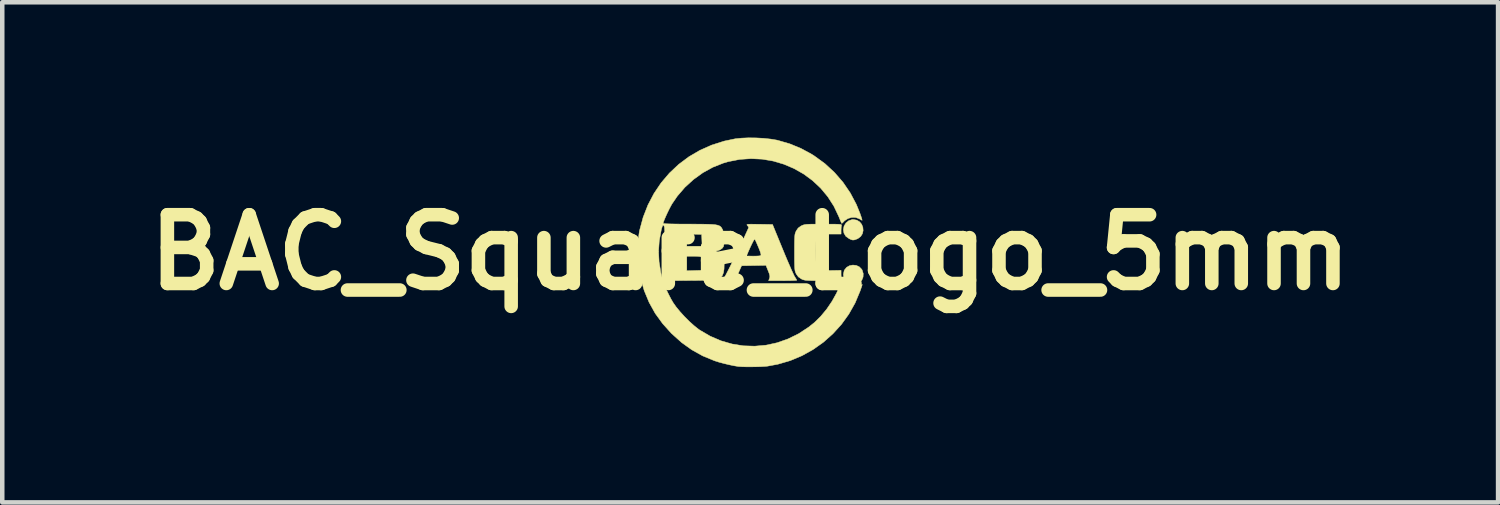
<source format=kicad_pcb>
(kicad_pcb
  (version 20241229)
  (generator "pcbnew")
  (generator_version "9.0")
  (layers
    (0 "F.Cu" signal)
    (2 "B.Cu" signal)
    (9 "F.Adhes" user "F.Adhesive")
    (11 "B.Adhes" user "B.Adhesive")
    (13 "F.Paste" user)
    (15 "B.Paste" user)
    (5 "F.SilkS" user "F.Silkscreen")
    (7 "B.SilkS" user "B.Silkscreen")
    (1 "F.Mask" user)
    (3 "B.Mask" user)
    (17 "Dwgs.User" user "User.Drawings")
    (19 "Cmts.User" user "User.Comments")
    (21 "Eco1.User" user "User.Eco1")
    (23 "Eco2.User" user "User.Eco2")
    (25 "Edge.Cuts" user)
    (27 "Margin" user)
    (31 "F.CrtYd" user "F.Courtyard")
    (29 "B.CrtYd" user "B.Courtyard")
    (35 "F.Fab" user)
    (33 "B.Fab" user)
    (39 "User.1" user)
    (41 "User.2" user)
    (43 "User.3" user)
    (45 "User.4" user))
  (footprint "BAC_Square_Logo_5mm"
    (layer "F.Cu")
    (at 13.578 2.544)
    (property "Reference" "BAC_Square_Logo_5mm" (at 0 0 0) (layer "F.SilkS") (effects (font (size 1.524 1.524) (thickness 0.3))))
    (attr through_hole)
    (fp_poly (pts (xy 2.352 0.289) (xy 2.42 0.321) (xy 2.472 0.375) (xy 2.482 0.391) (xy 2.506 0.469) (xy 2.503 0.545) (xy 2.476 0.613) (xy 2.43 0.669) (xy 2.37 0.708) (xy 2.301 0.727) (xy 2.226 0.719) (xy 2.173 0.695) (xy 2.113 0.64) (xy 2.076 0.568) (xy 2.066 0.487) (xy 2.083 0.407) (xy 2.09 0.391) (xy 2.138 0.332) (xy 2.203 0.295) (xy 2.277 0.281) (xy 2.352 0.289)) (stroke (width 0.01) (type solid)) (fill yes) (layer "F.SilkS"))
    (fp_poly (pts (xy 2.365 -0.714) (xy 2.427 -0.676) (xy 2.472 -0.621) (xy 2.498 -0.554) (xy 2.504 -0.483) (xy 2.488 -0.414) (xy 2.45 -0.353) (xy 2.388 -0.306) (xy 2.37 -0.298) (xy 2.316 -0.278) (xy 2.277 -0.273) (xy 2.238 -0.283) (xy 2.192 -0.305) (xy 2.121 -0.356) (xy 2.079 -0.425) (xy 2.066 -0.502) (xy 2.081 -0.583) (xy 2.123 -0.652) (xy 2.185 -0.702) (xy 2.26 -0.727) (xy 2.286 -0.728) (xy 2.365 -0.714)) (stroke (width 0.01) (type solid)) (fill yes) (layer "F.SilkS"))
    (fp_poly (pts (xy 0.097 -0.624) (xy 0.202 -0.623) (xy 0.203 -0.623) (xy 0.496 -0.618) (xy 0.72 -0.072) (xy 0.774 0.059) (xy 0.826 0.183) (xy 0.875 0.295) (xy 0.917 0.392) (xy 0.952 0.468) (xy 0.977 0.521) (xy 0.989 0.542) (xy 1.015 0.583) (xy 1.031 0.611) (xy 1.033 0.618) (xy 1.017 0.62) (xy 0.972 0.623) (xy 0.904 0.625) (xy 0.818 0.626) (xy 0.721 0.627) (xy 0.409 0.627) (xy 0.428 0.577) (xy 0.436 0.546) (xy 0.434 0.512) (xy 0.421 0.466) (xy 0.398 0.407) (xy 0.35 0.287) (xy -0.19 0.296) (xy -0.242 0.412) (xy -0.269 0.476) (xy -0.282 0.519) (xy -0.283 0.551) (xy -0.275 0.577) (xy -0.257 0.627) (xy -0.433 0.627) (xy -0.506 0.626) (xy -0.564 0.623) (xy -0.601 0.62) (xy -0.61 0.617) (xy -0.601 0.599) (xy -0.578 0.562) (xy -0.56 0.534) (xy -0.543 0.506) (xy -0.516 0.454) (xy -0.478 0.38) (xy -0.433 0.291) (xy -0.383 0.189) (xy -0.33 0.08) (xy -0.083 0.08) (xy 0.064 0.083) (xy 0.133 0.082) (xy 0.191 0.079) (xy 0.227 0.074) (xy 0.233 0.071) (xy 0.24 0.057) (xy 0.235 0.026) (xy 0.219 -0.025) (xy 0.189 -0.102) (xy 0.185 -0.111) (xy 0.155 -0.181) (xy 0.129 -0.24) (xy 0.11 -0.279) (xy 0.103 -0.293) (xy 0.09 -0.284) (xy 0.067 -0.246) (xy 0.034 -0.181) (xy -0.008 -0.092) (xy -0.057 0.02) (xy -0.061 0.027) (xy -0.083 0.08) (xy -0.33 0.08) (xy -0.33 0.08) (xy -0.275 -0.033) (xy -0.222 -0.144) (xy -0.171 -0.251) (xy -0.125 -0.348) (xy -0.087 -0.431) (xy -0.057 -0.496) (xy -0.039 -0.538) (xy -0.034 -0.553) (xy -0.044 -0.573) (xy -0.062 -0.596) (xy -0.071 -0.607) (xy -0.072 -0.615) (xy -0.059 -0.621) (xy -0.03 -0.624) (xy 0.021 -0.625) (xy 0.097 -0.624)) (stroke (width 0.01) (type solid)) (fill yes) (layer "F.SilkS"))
    (fp_poly (pts (xy 1.752 -0.626) (xy 1.851 -0.626) (xy 1.924 -0.624) (xy 1.974 -0.622) (xy 2.005 -0.618) (xy 2.022 -0.612) (xy 2.026 -0.605) (xy 2.025 -0.6) (xy 2.019 -0.568) (xy 2.016 -0.517) (xy 2.015 -0.49) (xy 2.015 -0.406) (xy 1.756 -0.406) (xy 1.64 -0.405) (xy 1.556 -0.402) (xy 1.503 -0.395) (xy 1.477 -0.387) (xy 1.477 -0.386) (xy 1.469 -0.362) (xy 1.463 -0.31) (xy 1.458 -0.236) (xy 1.456 -0.148) (xy 1.454 -0.05) (xy 1.455 0.051) (xy 1.457 0.149) (xy 1.46 0.237) (xy 1.465 0.311) (xy 1.472 0.363) (xy 1.48 0.388) (xy 1.48 0.388) (xy 1.505 0.397) (xy 1.558 0.402) (xy 1.64 0.404) (xy 1.754 0.403) (xy 1.76 0.403) (xy 2.015 0.398) (xy 2.015 0.485) (xy 2.017 0.541) (xy 2.022 0.585) (xy 2.025 0.6) (xy 2.026 0.608) (xy 2.017 0.615) (xy 1.995 0.619) (xy 1.957 0.623) (xy 1.899 0.625) (xy 1.816 0.626) (xy 1.706 0.626) (xy 1.623 0.627) (xy 1.493 0.626) (xy 1.393 0.626) (xy 1.317 0.624) (xy 1.26 0.621) (xy 1.219 0.617) (xy 1.188 0.61) (xy 1.162 0.602) (xy 1.137 0.59) (xy 1.134 0.588) (xy 1.069 0.544) (xy 1.024 0.482) (xy 1.02 0.475) (xy 1.008 0.449) (xy 0.999 0.423) (xy 0.992 0.393) (xy 0.988 0.352) (xy 0.985 0.297) (xy 0.983 0.222) (xy 0.982 0.123) (xy 0.982 0) (xy 0.982 -0.127) (xy 0.983 -0.225) (xy 0.985 -0.299) (xy 0.988 -0.354) (xy 0.992 -0.394) (xy 0.999 -0.424) (xy 1.009 -0.45) (xy 1.02 -0.475) (xy 1.064 -0.539) (xy 1.127 -0.585) (xy 1.134 -0.588) (xy 1.159 -0.6) (xy 1.184 -0.609) (xy 1.214 -0.616) (xy 1.254 -0.621) (xy 1.308 -0.624) (xy 1.382 -0.626) (xy 1.479 -0.626) (xy 1.604 -0.627) (xy 1.623 -0.627) (xy 1.752 -0.626)) (stroke (width 0.01) (type solid)) (fill yes) (layer "F.SilkS"))
    (fp_poly (pts (xy 0.131 -2.537) (xy 0.299 -2.528) (xy 0.457 -2.511) (xy 0.594 -2.488) (xy 0.61 -2.484) (xy 0.876 -2.407) (xy 1.124 -2.305) (xy 1.364 -2.175) (xy 1.422 -2.138) (xy 1.657 -1.967) (xy 1.869 -1.771) (xy 2.057 -1.554) (xy 2.219 -1.317) (xy 2.353 -1.064) (xy 2.436 -0.859) (xy 2.458 -0.795) (xy 2.474 -0.745) (xy 2.481 -0.716) (xy 2.481 -0.711) (xy 2.463 -0.719) (xy 2.428 -0.739) (xy 2.418 -0.745) (xy 2.339 -0.774) (xy 2.253 -0.776) (xy 2.168 -0.751) (xy 2.093 -0.702) (xy 2.065 -0.672) (xy 2.041 -0.648) (xy 2.028 -0.643) (xy 2.019 -0.662) (xy 2.001 -0.704) (xy 1.977 -0.763) (xy 1.965 -0.793) (xy 1.856 -1.023) (xy 1.721 -1.233) (xy 1.563 -1.423) (xy 1.383 -1.592) (xy 1.186 -1.737) (xy 0.973 -1.858) (xy 0.748 -1.954) (xy 0.512 -2.024) (xy 0.268 -2.066) (xy 0.019 -2.078) (xy -0.232 -2.061) (xy -0.482 -2.012) (xy -0.593 -1.98) (xy -0.826 -1.888) (xy -1.048 -1.766) (xy -1.256 -1.616) (xy -1.446 -1.443) (xy -1.614 -1.248) (xy -1.733 -1.074) (xy -1.762 -1.022) (xy -1.797 -0.955) (xy -1.833 -0.881) (xy -1.868 -0.805) (xy -1.898 -0.736) (xy -1.919 -0.681) (xy -1.93 -0.647) (xy -1.93 -0.643) (xy -1.914 -0.638) (xy -1.865 -0.634) (xy -1.784 -0.631) (xy -1.674 -0.629) (xy -1.536 -0.627) (xy -1.371 -0.627) (xy -1.355 -0.627) (xy -1.185 -0.626) (xy -1.045 -0.625) (xy -0.932 -0.623) (xy -0.843 -0.619) (xy -0.775 -0.613) (xy -0.723 -0.603) (xy -0.686 -0.59) (xy -0.659 -0.573) (xy -0.638 -0.551) (xy -0.622 -0.523) (xy -0.61 -0.501) (xy -0.591 -0.44) (xy -0.579 -0.359) (xy -0.574 -0.272) (xy -0.579 -0.19) (xy -0.592 -0.129) (xy -0.623 -0.087) (xy -0.675 -0.053) (xy -0.734 -0.034) (xy -0.748 -0.033) (xy -0.76 -0.028) (xy -0.74 -0.015) (xy -0.705 -0.002) (xy -0.651 0.019) (xy -0.615 0.044) (xy -0.593 0.078) (xy -0.581 0.129) (xy -0.576 0.203) (xy -0.576 0.261) (xy -0.579 0.369) (xy -0.592 0.449) (xy -0.615 0.51) (xy -0.651 0.557) (xy -0.683 0.583) (xy -0.697 0.592) (xy -0.713 0.6) (xy -0.735 0.606) (xy -0.767 0.61) (xy -0.811 0.614) (xy -0.872 0.617) (xy -0.953 0.619) (xy -1.058 0.62) (xy -1.19 0.622) (xy -1.331 0.623) (xy -1.932 0.628) (xy -1.921 0.665) (xy -1.895 0.739) (xy -1.856 0.831) (xy -1.807 0.932) (xy -1.756 1.031) (xy -1.708 1.114) (xy -1.642 1.208) (xy -1.555 1.314) (xy -1.455 1.424) (xy -1.348 1.531) (xy -1.242 1.626) (xy -1.144 1.704) (xy -1.118 1.722) (xy -0.887 1.857) (xy -0.647 1.96) (xy -0.401 2.031) (xy -0.151 2.071) (xy 0.101 2.079) (xy 0.351 2.057) (xy 0.599 2.003) (xy 0.84 1.918) (xy 1.074 1.803) (xy 1.297 1.657) (xy 1.426 1.554) (xy 1.563 1.419) (xy 1.695 1.26) (xy 1.814 1.085) (xy 1.915 0.903) (xy 1.967 0.786) (xy 1.992 0.724) (xy 2.013 0.676) (xy 2.025 0.648) (xy 2.027 0.645) (xy 2.041 0.651) (xy 2.071 0.674) (xy 2.087 0.689) (xy 2.13 0.726) (xy 2.17 0.755) (xy 2.179 0.76) (xy 2.243 0.777) (xy 2.32 0.774) (xy 2.397 0.753) (xy 2.413 0.745) (xy 2.454 0.725) (xy 2.48 0.713) (xy 2.484 0.711) (xy 2.481 0.726) (xy 2.468 0.766) (xy 2.449 0.823) (xy 2.436 0.859) (xy 2.326 1.122) (xy 2.187 1.368) (xy 2.023 1.596) (xy 1.834 1.804) (xy 1.624 1.991) (xy 1.395 2.153) (xy 1.149 2.29) (xy 0.889 2.399) (xy 0.616 2.479) (xy 0.384 2.522) (xy 0.318 2.528) (xy 0.228 2.533) (xy 0.124 2.536) (xy 0.015 2.537) (xy -0.09 2.537) (xy -0.182 2.534) (xy -0.251 2.53) (xy -0.262 2.529) (xy -0.354 2.514) (xy -0.465 2.491) (xy -0.582 2.463) (xy -0.694 2.433) (xy -0.788 2.403) (xy -0.794 2.401) (xy -1.053 2.294) (xy -1.294 2.16) (xy -1.52 1.998) (xy -1.736 1.804) (xy -1.745 1.796) (xy -1.94 1.579) (xy -2.105 1.352) (xy -2.24 1.109) (xy -2.348 0.849) (xy -2.431 0.569) (xy -2.441 0.523) (xy -2.455 0.457) (xy -2.466 0.395) (xy -2.473 0.332) (xy -2.477 0.259) (xy -2.48 0.17) (xy -2.481 0.057) (xy -2.481 0) (xy -2.481 -0.024) (xy -2.031 -0.024) (xy -2.019 0.211) (xy -1.979 0.456) (xy -1.971 0.493) (xy -1.953 0.563) (xy -1.936 0.6) (xy -1.92 0.605) (xy -1.905 0.577) (xy -1.901 0.563) (xy -1.897 0.533) (xy -1.894 0.474) (xy -1.892 0.408) (xy -1.405 0.408) (xy -1.24 0.403) (xy -1.075 0.398) (xy -1.07 0.255) (xy -1.069 0.177) (xy -1.074 0.127) (xy -1.084 0.102) (xy -1.087 0.099) (xy -1.113 0.093) (xy -1.164 0.088) (xy -1.23 0.085) (xy -1.257 0.085) (xy -1.405 0.085) (xy -1.405 0.408) (xy -1.892 0.408) (xy -1.892 0.392) (xy -1.89 0.292) (xy -1.889 0.178) (xy -1.888 0.058) (xy -1.888 -0.066) (xy -1.889 -0.135) (xy -1.405 -0.135) (xy -1.065 -0.135) (xy -1.07 -0.267) (xy -1.075 -0.398) (xy -1.24 -0.403) (xy -1.405 -0.408) (xy -1.405 -0.135) (xy -1.889 -0.135) (xy -1.889 -0.186) (xy -1.89 -0.299) (xy -1.892 -0.398) (xy -1.895 -0.479) (xy -1.898 -0.536) (xy -1.901 -0.563) (xy -1.916 -0.6) (xy -1.931 -0.605) (xy -1.947 -0.578) (xy -1.965 -0.519) (xy -1.971 -0.495) (xy -2.015 -0.257) (xy -2.031 -0.024) (xy -2.481 -0.024) (xy -2.48 -0.135) (xy -2.477 -0.243) (xy -2.473 -0.33) (xy -2.465 -0.403) (xy -2.455 -0.467) (xy -2.45 -0.491) (xy -2.372 -0.779) (xy -2.265 -1.052) (xy -2.132 -1.306) (xy -1.973 -1.542) (xy -1.79 -1.757) (xy -1.585 -1.95) (xy -1.359 -2.119) (xy -1.115 -2.262) (xy -0.854 -2.378) (xy -0.577 -2.466) (xy -0.33 -2.518) (xy -0.195 -2.532) (xy -0.038 -2.539) (xy 0.131 -2.537)) (stroke (width 0.01) (type solid)) (fill yes) (layer "F.SilkS")))
  (gr_rect
    (start -3 -3)
    (end 30.156 8.086)
    (stroke (width 0.1) (type default))
    (fill no)
    (layer "Edge.Cuts")))
</source>
